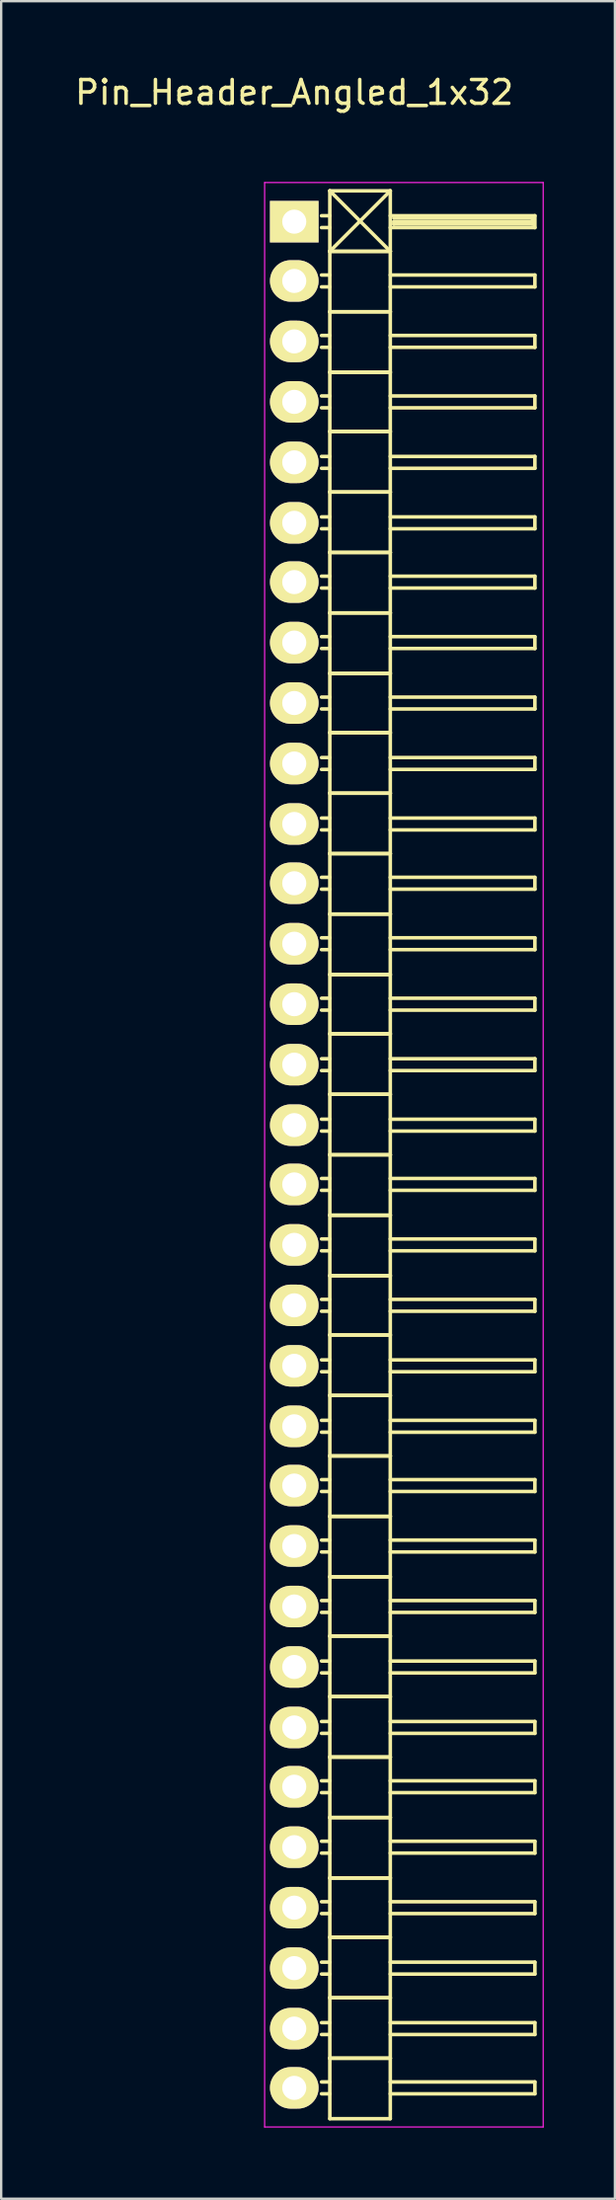
<source format=kicad_pcb>
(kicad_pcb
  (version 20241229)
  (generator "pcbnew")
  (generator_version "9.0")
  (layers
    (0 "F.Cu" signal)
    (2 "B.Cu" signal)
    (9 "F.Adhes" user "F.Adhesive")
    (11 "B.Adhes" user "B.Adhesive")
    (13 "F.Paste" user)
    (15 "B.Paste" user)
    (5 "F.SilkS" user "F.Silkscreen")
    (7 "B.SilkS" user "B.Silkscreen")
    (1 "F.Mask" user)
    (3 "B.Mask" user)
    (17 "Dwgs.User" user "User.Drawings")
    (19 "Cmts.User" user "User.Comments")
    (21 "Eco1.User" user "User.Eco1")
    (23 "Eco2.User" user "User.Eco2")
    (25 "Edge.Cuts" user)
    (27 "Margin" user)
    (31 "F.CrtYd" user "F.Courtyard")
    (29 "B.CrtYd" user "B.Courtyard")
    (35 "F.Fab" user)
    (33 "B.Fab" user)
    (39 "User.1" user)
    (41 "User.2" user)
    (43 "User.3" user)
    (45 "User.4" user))
  (footprint "Pin_Header_Angled_1x32"
    (layer "F.Cu")
    (at 9.363 6.298)
    (property "Reference" "Pin_Header_Angled_1x32" (at 0 -5.45 0) (layer "F.SilkS") (effects (font (size 1 1) (thickness 0.15))))
    (attr through_hole)
    (fp_line (start 1.5 -1.3) (end 1.5 1.25) (stroke (width 0.15) (type solid)) (layer "F.SilkS"))
    (fp_line (start 1.5 -1.3) (end 4.05 -1.3) (stroke (width 0.15) (type solid)) (layer "F.SilkS"))
    (fp_line (start 1.5 -0.25) (end 1.15 -0.25) (stroke (width 0.15) (type solid)) (layer "F.SilkS"))
    (fp_line (start 1.5 0.25) (end 1.15 0.25) (stroke (width 0.15) (type solid)) (layer "F.SilkS"))
    (fp_line (start 1.5 1.25) (end 1.5 3.8) (stroke (width 0.15) (type solid)) (layer "F.SilkS"))
    (fp_line (start 1.5 1.25) (end 4.05 1.25) (stroke (width 0.15) (type solid)) (layer "F.SilkS"))
    (fp_line (start 1.5 1.25) (end 4.05 1.25) (stroke (width 0.15) (type solid)) (layer "F.SilkS"))
    (fp_line (start 1.5 2.25) (end 1.15 2.25) (stroke (width 0.15) (type solid)) (layer "F.SilkS"))
    (fp_line (start 1.5 2.75) (end 1.15 2.75) (stroke (width 0.15) (type solid)) (layer "F.SilkS"))
    (fp_line (start 1.5 3.8) (end 1.5 6.35) (stroke (width 0.15) (type solid)) (layer "F.SilkS"))
    (fp_line (start 1.5 3.8) (end 4.05 3.8) (stroke (width 0.15) (type solid)) (layer "F.SilkS"))
    (fp_line (start 1.5 3.8) (end 4.05 3.8) (stroke (width 0.15) (type solid)) (layer "F.SilkS"))
    (fp_line (start 1.5 4.8) (end 1.15 4.8) (stroke (width 0.15) (type solid)) (layer "F.SilkS"))
    (fp_line (start 1.5 5.3) (end 1.15 5.3) (stroke (width 0.15) (type solid)) (layer "F.SilkS"))
    (fp_line (start 1.5 6.35) (end 1.5 8.85) (stroke (width 0.15) (type solid)) (layer "F.SilkS"))
    (fp_line (start 1.5 6.35) (end 4.05 6.35) (stroke (width 0.15) (type solid)) (layer "F.SilkS"))
    (fp_line (start 1.5 6.35) (end 4.05 6.35) (stroke (width 0.15) (type solid)) (layer "F.SilkS"))
    (fp_line (start 1.5 7.35) (end 1.15 7.35) (stroke (width 0.15) (type solid)) (layer "F.SilkS"))
    (fp_line (start 1.5 7.85) (end 1.15 7.85) (stroke (width 0.15) (type solid)) (layer "F.SilkS"))
    (fp_line (start 1.5 8.85) (end 1.5 11.4) (stroke (width 0.15) (type solid)) (layer "F.SilkS"))
    (fp_line (start 1.5 8.85) (end 4.05 8.85) (stroke (width 0.15) (type solid)) (layer "F.SilkS"))
    (fp_line (start 1.5 8.85) (end 4.05 8.85) (stroke (width 0.15) (type solid)) (layer "F.SilkS"))
    (fp_line (start 1.5 9.9) (end 1.15 9.9) (stroke (width 0.15) (type solid)) (layer "F.SilkS"))
    (fp_line (start 1.5 10.4) (end 1.15 10.4) (stroke (width 0.15) (type solid)) (layer "F.SilkS"))
    (fp_line (start 1.5 11.4) (end 1.5 13.95) (stroke (width 0.15) (type solid)) (layer "F.SilkS"))
    (fp_line (start 1.5 11.4) (end 4.05 11.4) (stroke (width 0.15) (type solid)) (layer "F.SilkS"))
    (fp_line (start 1.5 11.4) (end 4.05 11.4) (stroke (width 0.15) (type solid)) (layer "F.SilkS"))
    (fp_line (start 1.5 12.45) (end 1.15 12.45) (stroke (width 0.15) (type solid)) (layer "F.SilkS"))
    (fp_line (start 1.5 12.95) (end 1.15 12.95) (stroke (width 0.15) (type solid)) (layer "F.SilkS"))
    (fp_line (start 1.5 13.95) (end 1.5 16.5) (stroke (width 0.15) (type solid)) (layer "F.SilkS"))
    (fp_line (start 1.5 13.95) (end 4.05 13.95) (stroke (width 0.15) (type solid)) (layer "F.SilkS"))
    (fp_line (start 1.5 13.95) (end 4.05 13.95) (stroke (width 0.15) (type solid)) (layer "F.SilkS"))
    (fp_line (start 1.5 14.95) (end 1.15 14.95) (stroke (width 0.15) (type solid)) (layer "F.SilkS"))
    (fp_line (start 1.5 15.45) (end 1.15 15.45) (stroke (width 0.15) (type solid)) (layer "F.SilkS"))
    (fp_line (start 1.5 16.5) (end 1.5 19.05) (stroke (width 0.15) (type solid)) (layer "F.SilkS"))
    (fp_line (start 1.5 16.5) (end 4.05 16.5) (stroke (width 0.15) (type solid)) (layer "F.SilkS"))
    (fp_line (start 1.5 16.5) (end 4.05 16.5) (stroke (width 0.15) (type solid)) (layer "F.SilkS"))
    (fp_line (start 1.5 17.5) (end 1.15 17.5) (stroke (width 0.15) (type solid)) (layer "F.SilkS"))
    (fp_line (start 1.5 18) (end 1.15 18) (stroke (width 0.15) (type solid)) (layer "F.SilkS"))
    (fp_line (start 1.5 19.05) (end 1.5 21.55) (stroke (width 0.15) (type solid)) (layer "F.SilkS"))
    (fp_line (start 1.5 19.05) (end 4.05 19.05) (stroke (width 0.15) (type solid)) (layer "F.SilkS"))
    (fp_line (start 1.5 19.05) (end 4.05 19.05) (stroke (width 0.15) (type solid)) (layer "F.SilkS"))
    (fp_line (start 1.5 20.05) (end 1.15 20.05) (stroke (width 0.15) (type solid)) (layer "F.SilkS"))
    (fp_line (start 1.5 20.55) (end 1.15 20.55) (stroke (width 0.15) (type solid)) (layer "F.SilkS"))
    (fp_line (start 1.5 21.55) (end 1.5 24.1) (stroke (width 0.15) (type solid)) (layer "F.SilkS"))
    (fp_line (start 1.5 21.55) (end 4.05 21.55) (stroke (width 0.15) (type solid)) (layer "F.SilkS"))
    (fp_line (start 1.5 21.55) (end 4.05 21.55) (stroke (width 0.15) (type solid)) (layer "F.SilkS"))
    (fp_line (start 1.5 22.6) (end 1.15 22.6) (stroke (width 0.15) (type solid)) (layer "F.SilkS"))
    (fp_line (start 1.5 23.1) (end 1.15 23.1) (stroke (width 0.15) (type solid)) (layer "F.SilkS"))
    (fp_line (start 1.5 24.1) (end 1.5 26.65) (stroke (width 0.15) (type solid)) (layer "F.SilkS"))
    (fp_line (start 1.5 24.1) (end 4.05 24.1) (stroke (width 0.15) (type solid)) (layer "F.SilkS"))
    (fp_line (start 1.5 24.1) (end 4.05 24.1) (stroke (width 0.15) (type solid)) (layer "F.SilkS"))
    (fp_line (start 1.5 25.15) (end 1.15 25.15) (stroke (width 0.15) (type solid)) (layer "F.SilkS"))
    (fp_line (start 1.5 25.65) (end 1.15 25.65) (stroke (width 0.15) (type solid)) (layer "F.SilkS"))
    (fp_line (start 1.5 26.65) (end 1.5 29.2) (stroke (width 0.15) (type solid)) (layer "F.SilkS"))
    (fp_line (start 1.5 26.65) (end 4.05 26.65) (stroke (width 0.15) (type solid)) (layer "F.SilkS"))
    (fp_line (start 1.5 26.65) (end 4.05 26.65) (stroke (width 0.15) (type solid)) (layer "F.SilkS"))
    (fp_line (start 1.5 27.65) (end 1.15 27.65) (stroke (width 0.15) (type solid)) (layer "F.SilkS"))
    (fp_line (start 1.5 28.15) (end 1.15 28.15) (stroke (width 0.15) (type solid)) (layer "F.SilkS"))
    (fp_line (start 1.5 29.2) (end 1.5 31.75) (stroke (width 0.15) (type solid)) (layer "F.SilkS"))
    (fp_line (start 1.5 29.2) (end 4.05 29.2) (stroke (width 0.15) (type solid)) (layer "F.SilkS"))
    (fp_line (start 1.5 29.2) (end 4.05 29.2) (stroke (width 0.15) (type solid)) (layer "F.SilkS"))
    (fp_line (start 1.5 30.2) (end 1.15 30.2) (stroke (width 0.15) (type solid)) (layer "F.SilkS"))
    (fp_line (start 1.5 30.7) (end 1.15 30.7) (stroke (width 0.15) (type solid)) (layer "F.SilkS"))
    (fp_line (start 1.5 31.75) (end 1.5 34.25) (stroke (width 0.15) (type solid)) (layer "F.SilkS"))
    (fp_line (start 1.5 31.75) (end 4.05 31.75) (stroke (width 0.15) (type solid)) (layer "F.SilkS"))
    (fp_line (start 1.5 31.75) (end 4.05 31.75) (stroke (width 0.15) (type solid)) (layer "F.SilkS"))
    (fp_line (start 1.5 32.75) (end 1.15 32.75) (stroke (width 0.15) (type solid)) (layer "F.SilkS"))
    (fp_line (start 1.5 33.25) (end 1.15 33.25) (stroke (width 0.15) (type solid)) (layer "F.SilkS"))
    (fp_line (start 1.5 34.25) (end 1.5 36.8) (stroke (width 0.15) (type solid)) (layer "F.SilkS"))
    (fp_line (start 1.5 34.25) (end 4.05 34.25) (stroke (width 0.15) (type solid)) (layer "F.SilkS"))
    (fp_line (start 1.5 34.25) (end 4.05 34.25) (stroke (width 0.15) (type solid)) (layer "F.SilkS"))
    (fp_line (start 1.5 35.3) (end 1.15 35.3) (stroke (width 0.15) (type solid)) (layer "F.SilkS"))
    (fp_line (start 1.5 35.8) (end 1.15 35.8) (stroke (width 0.15) (type solid)) (layer "F.SilkS"))
    (fp_line (start 1.5 36.8) (end 1.5 39.35) (stroke (width 0.15) (type solid)) (layer "F.SilkS"))
    (fp_line (start 1.5 36.8) (end 4.05 36.8) (stroke (width 0.15) (type solid)) (layer "F.SilkS"))
    (fp_line (start 1.5 36.8) (end 4.05 36.8) (stroke (width 0.15) (type solid)) (layer "F.SilkS"))
    (fp_line (start 1.5 37.85) (end 1.15 37.85) (stroke (width 0.15) (type solid)) (layer "F.SilkS"))
    (fp_line (start 1.5 38.35) (end 1.15 38.35) (stroke (width 0.15) (type solid)) (layer "F.SilkS"))
    (fp_line (start 1.5 39.35) (end 1.5 41.9) (stroke (width 0.15) (type solid)) (layer "F.SilkS"))
    (fp_line (start 1.5 39.35) (end 4.05 39.35) (stroke (width 0.15) (type solid)) (layer "F.SilkS"))
    (fp_line (start 1.5 39.35) (end 4.05 39.35) (stroke (width 0.15) (type solid)) (layer "F.SilkS"))
    (fp_line (start 1.5 40.35) (end 1.15 40.35) (stroke (width 0.15) (type solid)) (layer "F.SilkS"))
    (fp_line (start 1.5 40.85) (end 1.15 40.85) (stroke (width 0.15) (type solid)) (layer "F.SilkS"))
    (fp_line (start 1.5 41.9) (end 1.5 44.45) (stroke (width 0.15) (type solid)) (layer "F.SilkS"))
    (fp_line (start 1.5 41.9) (end 4.05 41.9) (stroke (width 0.15) (type solid)) (layer "F.SilkS"))
    (fp_line (start 1.5 41.9) (end 4.05 41.9) (stroke (width 0.15) (type solid)) (layer "F.SilkS"))
    (fp_line (start 1.5 42.9) (end 1.15 42.9) (stroke (width 0.15) (type solid)) (layer "F.SilkS"))
    (fp_line (start 1.5 43.4) (end 1.15 43.4) (stroke (width 0.15) (type solid)) (layer "F.SilkS"))
    (fp_line (start 1.5 44.45) (end 1.5 46.95) (stroke (width 0.15) (type solid)) (layer "F.SilkS"))
    (fp_line (start 1.5 44.45) (end 4.05 44.45) (stroke (width 0.15) (type solid)) (layer "F.SilkS"))
    (fp_line (start 1.5 44.45) (end 4.05 44.45) (stroke (width 0.15) (type solid)) (layer "F.SilkS"))
    (fp_line (start 1.5 45.45) (end 1.15 45.45) (stroke (width 0.15) (type solid)) (layer "F.SilkS"))
    (fp_line (start 1.5 45.95) (end 1.15 45.95) (stroke (width 0.15) (type solid)) (layer "F.SilkS"))
    (fp_line (start 1.5 46.95) (end 1.5 49.5) (stroke (width 0.15) (type solid)) (layer "F.SilkS"))
    (fp_line (start 1.5 46.95) (end 4.05 46.95) (stroke (width 0.15) (type solid)) (layer "F.SilkS"))
    (fp_line (start 1.5 46.95) (end 4.05 46.95) (stroke (width 0.15) (type solid)) (layer "F.SilkS"))
    (fp_line (start 1.5 48) (end 1.15 48) (stroke (width 0.15) (type solid)) (layer "F.SilkS"))
    (fp_line (start 1.5 48.5) (end 1.15 48.5) (stroke (width 0.15) (type solid)) (layer "F.SilkS"))
    (fp_line (start 1.5 49.5) (end 1.5 52.05) (stroke (width 0.15) (type solid)) (layer "F.SilkS"))
    (fp_line (start 1.5 49.5) (end 4.05 49.5) (stroke (width 0.15) (type solid)) (layer "F.SilkS"))
    (fp_line (start 1.5 49.5) (end 4.05 49.5) (stroke (width 0.15) (type solid)) (layer "F.SilkS"))
    (fp_line (start 1.5 50.55) (end 1.15 50.55) (stroke (width 0.15) (type solid)) (layer "F.SilkS"))
    (fp_line (start 1.5 51.05) (end 1.15 51.05) (stroke (width 0.15) (type solid)) (layer "F.SilkS"))
    (fp_line (start 1.5 52.05) (end 1.5 54.6) (stroke (width 0.15) (type solid)) (layer "F.SilkS"))
    (fp_line (start 1.5 52.05) (end 4.05 52.05) (stroke (width 0.15) (type solid)) (layer "F.SilkS"))
    (fp_line (start 1.5 52.05) (end 4.05 52.05) (stroke (width 0.15) (type solid)) (layer "F.SilkS"))
    (fp_line (start 1.5 53.05) (end 1.15 53.05) (stroke (width 0.15) (type solid)) (layer "F.SilkS"))
    (fp_line (start 1.5 53.55) (end 1.15 53.55) (stroke (width 0.15) (type solid)) (layer "F.SilkS"))
    (fp_line (start 1.5 54.6) (end 1.5 57.15) (stroke (width 0.15) (type solid)) (layer "F.SilkS"))
    (fp_line (start 1.5 54.6) (end 4.05 54.6) (stroke (width 0.15) (type solid)) (layer "F.SilkS"))
    (fp_line (start 1.5 54.6) (end 4.05 54.6) (stroke (width 0.15) (type solid)) (layer "F.SilkS"))
    (fp_line (start 1.5 55.6) (end 1.15 55.6) (stroke (width 0.15) (type solid)) (layer "F.SilkS"))
    (fp_line (start 1.5 56.1) (end 1.15 56.1) (stroke (width 0.15) (type solid)) (layer "F.SilkS"))
    (fp_line (start 1.5 57.15) (end 1.5 59.65) (stroke (width 0.15) (type solid)) (layer "F.SilkS"))
    (fp_line (start 1.5 57.15) (end 4.05 57.15) (stroke (width 0.15) (type solid)) (layer "F.SilkS"))
    (fp_line (start 1.5 57.15) (end 4.05 57.15) (stroke (width 0.15) (type solid)) (layer "F.SilkS"))
    (fp_line (start 1.5 58.15) (end 1.15 58.15) (stroke (width 0.15) (type solid)) (layer "F.SilkS"))
    (fp_line (start 1.5 58.65) (end 1.15 58.65) (stroke (width 0.15) (type solid)) (layer "F.SilkS"))
    (fp_line (start 1.5 59.65) (end 1.5 62.2) (stroke (width 0.15) (type solid)) (layer "F.SilkS"))
    (fp_line (start 1.5 59.65) (end 4.05 59.65) (stroke (width 0.15) (type solid)) (layer "F.SilkS"))
    (fp_line (start 1.5 59.65) (end 4.05 59.65) (stroke (width 0.15) (type solid)) (layer "F.SilkS"))
    (fp_line (start 1.5 60.7) (end 1.15 60.7) (stroke (width 0.15) (type solid)) (layer "F.SilkS"))
    (fp_line (start 1.5 61.2) (end 1.15 61.2) (stroke (width 0.15) (type solid)) (layer "F.SilkS"))
    (fp_line (start 1.5 62.2) (end 1.5 64.75) (stroke (width 0.15) (type solid)) (layer "F.SilkS"))
    (fp_line (start 1.5 62.2) (end 4.05 62.2) (stroke (width 0.15) (type solid)) (layer "F.SilkS"))
    (fp_line (start 1.5 62.2) (end 4.05 62.2) (stroke (width 0.15) (type solid)) (layer "F.SilkS"))
    (fp_line (start 1.5 63.25) (end 1.15 63.25) (stroke (width 0.15) (type solid)) (layer "F.SilkS"))
    (fp_line (start 1.5 63.75) (end 1.15 63.75) (stroke (width 0.15) (type solid)) (layer "F.SilkS"))
    (fp_line (start 1.5 64.75) (end 1.5 67.3) (stroke (width 0.15) (type solid)) (layer "F.SilkS"))
    (fp_line (start 1.5 64.75) (end 4.05 64.75) (stroke (width 0.15) (type solid)) (layer "F.SilkS"))
    (fp_line (start 1.5 64.75) (end 4.05 64.75) (stroke (width 0.15) (type solid)) (layer "F.SilkS"))
    (fp_line (start 1.5 65.75) (end 1.15 65.75) (stroke (width 0.15) (type solid)) (layer "F.SilkS"))
    (fp_line (start 1.5 66.25) (end 1.15 66.25) (stroke (width 0.15) (type solid)) (layer "F.SilkS"))
    (fp_line (start 1.5 67.3) (end 1.5 69.85) (stroke (width 0.15) (type solid)) (layer "F.SilkS"))
    (fp_line (start 1.5 67.3) (end 4.05 67.3) (stroke (width 0.15) (type solid)) (layer "F.SilkS"))
    (fp_line (start 1.5 67.3) (end 4.05 67.3) (stroke (width 0.15) (type solid)) (layer "F.SilkS"))
    (fp_line (start 1.5 68.3) (end 1.15 68.3) (stroke (width 0.15) (type solid)) (layer "F.SilkS"))
    (fp_line (start 1.5 68.8) (end 1.15 68.8) (stroke (width 0.15) (type solid)) (layer "F.SilkS"))
    (fp_line (start 1.5 69.85) (end 1.5 72.35) (stroke (width 0.15) (type solid)) (layer "F.SilkS"))
    (fp_line (start 1.5 69.85) (end 4.05 69.85) (stroke (width 0.15) (type solid)) (layer "F.SilkS"))
    (fp_line (start 1.5 69.85) (end 4.05 69.85) (stroke (width 0.15) (type solid)) (layer "F.SilkS"))
    (fp_line (start 1.5 70.85) (end 1.15 70.85) (stroke (width 0.15) (type solid)) (layer "F.SilkS"))
    (fp_line (start 1.5 71.35) (end 1.15 71.35) (stroke (width 0.15) (type solid)) (layer "F.SilkS"))
    (fp_line (start 1.5 72.35) (end 1.5 74.9) (stroke (width 0.15) (type solid)) (layer "F.SilkS"))
    (fp_line (start 1.5 72.35) (end 4.05 72.35) (stroke (width 0.15) (type solid)) (layer "F.SilkS"))
    (fp_line (start 1.5 72.35) (end 4.05 72.35) (stroke (width 0.15) (type solid)) (layer "F.SilkS"))
    (fp_line (start 1.5 73.4) (end 1.15 73.4) (stroke (width 0.15) (type solid)) (layer "F.SilkS"))
    (fp_line (start 1.5 73.9) (end 1.15 73.9) (stroke (width 0.15) (type solid)) (layer "F.SilkS"))
    (fp_line (start 1.5 74.9) (end 1.5 77.45) (stroke (width 0.15) (type solid)) (layer "F.SilkS"))
    (fp_line (start 1.5 74.9) (end 4.05 74.9) (stroke (width 0.15) (type solid)) (layer "F.SilkS"))
    (fp_line (start 1.5 74.9) (end 4.05 74.9) (stroke (width 0.15) (type solid)) (layer "F.SilkS"))
    (fp_line (start 1.5 75.95) (end 1.15 75.95) (stroke (width 0.15) (type solid)) (layer "F.SilkS"))
    (fp_line (start 1.5 76.45) (end 1.15 76.45) (stroke (width 0.15) (type solid)) (layer "F.SilkS"))
    (fp_line (start 1.5 77.45) (end 1.5 80) (stroke (width 0.15) (type solid)) (layer "F.SilkS"))
    (fp_line (start 1.5 77.45) (end 4.05 77.45) (stroke (width 0.15) (type solid)) (layer "F.SilkS"))
    (fp_line (start 1.5 77.45) (end 4.05 77.45) (stroke (width 0.15) (type solid)) (layer "F.SilkS"))
    (fp_line (start 1.5 78.45) (end 1.15 78.45) (stroke (width 0.15) (type solid)) (layer "F.SilkS"))
    (fp_line (start 1.5 78.95) (end 1.15 78.95) (stroke (width 0.15) (type solid)) (layer "F.SilkS"))
    (fp_line (start 1.5 80) (end 4.05 80) (stroke (width 0.15) (type solid)) (layer "F.SilkS"))
    (fp_line (start 4.05 -1.3) (end 1.5 1.25) (stroke (width 0.15) (type solid)) (layer "F.SilkS"))
    (fp_line (start 4.05 -0.25) (end 10.15 -0.25) (stroke (width 0.15) (type solid)) (layer "F.SilkS"))
    (fp_line (start 4.05 1.25) (end 1.5 -1.3) (stroke (width 0.15) (type solid)) (layer "F.SilkS"))
    (fp_line (start 4.05 1.25) (end 4.05 -1.3) (stroke (width 0.15) (type solid)) (layer "F.SilkS"))
    (fp_line (start 4.05 2.25) (end 10.15 2.25) (stroke (width 0.15) (type solid)) (layer "F.SilkS"))
    (fp_line (start 4.05 3.8) (end 4.05 1.25) (stroke (width 0.15) (type solid)) (layer "F.SilkS"))
    (fp_line (start 4.05 4.8) (end 10.15 4.8) (stroke (width 0.15) (type solid)) (layer "F.SilkS"))
    (fp_line (start 4.05 6.35) (end 4.05 3.8) (stroke (width 0.15) (type solid)) (layer "F.SilkS"))
    (fp_line (start 4.05 7.35) (end 10.15 7.35) (stroke (width 0.15) (type solid)) (layer "F.SilkS"))
    (fp_line (start 4.05 8.85) (end 4.05 6.35) (stroke (width 0.15) (type solid)) (layer "F.SilkS"))
    (fp_line (start 4.05 9.9) (end 10.15 9.9) (stroke (width 0.15) (type solid)) (layer "F.SilkS"))
    (fp_line (start 4.05 11.4) (end 4.05 8.85) (stroke (width 0.15) (type solid)) (layer "F.SilkS"))
    (fp_line (start 4.05 12.45) (end 10.15 12.45) (stroke (width 0.15) (type solid)) (layer "F.SilkS"))
    (fp_line (start 4.05 13.95) (end 4.05 11.4) (stroke (width 0.15) (type solid)) (layer "F.SilkS"))
    (fp_line (start 4.05 14.95) (end 10.15 14.95) (stroke (width 0.15) (type solid)) (layer "F.SilkS"))
    (fp_line (start 4.05 16.5) (end 4.05 13.95) (stroke (width 0.15) (type solid)) (layer "F.SilkS"))
    (fp_line (start 4.05 17.5) (end 10.15 17.5) (stroke (width 0.15) (type solid)) (layer "F.SilkS"))
    (fp_line (start 4.05 19.05) (end 4.05 16.5) (stroke (width 0.15) (type solid)) (layer "F.SilkS"))
    (fp_line (start 4.05 20.05) (end 10.15 20.05) (stroke (width 0.15) (type solid)) (layer "F.SilkS"))
    (fp_line (start 4.05 21.55) (end 4.05 19.05) (stroke (width 0.15) (type solid)) (layer "F.SilkS"))
    (fp_line (start 4.05 22.6) (end 10.15 22.6) (stroke (width 0.15) (type solid)) (layer "F.SilkS"))
    (fp_line (start 4.05 24.1) (end 4.05 21.55) (stroke (width 0.15) (type solid)) (layer "F.SilkS"))
    (fp_line (start 4.05 25.15) (end 10.15 25.15) (stroke (width 0.15) (type solid)) (layer "F.SilkS"))
    (fp_line (start 4.05 26.65) (end 4.05 24.1) (stroke (width 0.15) (type solid)) (layer "F.SilkS"))
    (fp_line (start 4.05 27.65) (end 10.15 27.65) (stroke (width 0.15) (type solid)) (layer "F.SilkS"))
    (fp_line (start 4.05 29.2) (end 4.05 26.65) (stroke (width 0.15) (type solid)) (layer "F.SilkS"))
    (fp_line (start 4.05 30.2) (end 10.15 30.2) (stroke (width 0.15) (type solid)) (layer "F.SilkS"))
    (fp_line (start 4.05 31.75) (end 4.05 29.2) (stroke (width 0.15) (type solid)) (layer "F.SilkS"))
    (fp_line (start 4.05 32.75) (end 10.15 32.75) (stroke (width 0.15) (type solid)) (layer "F.SilkS"))
    (fp_line (start 4.05 34.25) (end 4.05 31.75) (stroke (width 0.15) (type solid)) (layer "F.SilkS"))
    (fp_line (start 4.05 35.3) (end 10.15 35.3) (stroke (width 0.15) (type solid)) (layer "F.SilkS"))
    (fp_line (start 4.05 36.8) (end 4.05 34.25) (stroke (width 0.15) (type solid)) (layer "F.SilkS"))
    (fp_line (start 4.05 37.85) (end 10.15 37.85) (stroke (width 0.15) (type solid)) (layer "F.SilkS"))
    (fp_line (start 4.05 39.35) (end 4.05 36.8) (stroke (width 0.15) (type solid)) (layer "F.SilkS"))
    (fp_line (start 4.05 40.35) (end 10.15 40.35) (stroke (width 0.15) (type solid)) (layer "F.SilkS"))
    (fp_line (start 4.05 41.9) (end 4.05 39.35) (stroke (width 0.15) (type solid)) (layer "F.SilkS"))
    (fp_line (start 4.05 42.9) (end 10.15 42.9) (stroke (width 0.15) (type solid)) (layer "F.SilkS"))
    (fp_line (start 4.05 44.45) (end 4.05 41.9) (stroke (width 0.15) (type solid)) (layer "F.SilkS"))
    (fp_line (start 4.05 45.45) (end 10.15 45.45) (stroke (width 0.15) (type solid)) (layer "F.SilkS"))
    (fp_line (start 4.05 46.95) (end 4.05 44.45) (stroke (width 0.15) (type solid)) (layer "F.SilkS"))
    (fp_line (start 4.05 48) (end 10.15 48) (stroke (width 0.15) (type solid)) (layer "F.SilkS"))
    (fp_line (start 4.05 49.5) (end 4.05 46.95) (stroke (width 0.15) (type solid)) (layer "F.SilkS"))
    (fp_line (start 4.05 50.55) (end 10.15 50.55) (stroke (width 0.15) (type solid)) (layer "F.SilkS"))
    (fp_line (start 4.05 52.05) (end 4.05 49.5) (stroke (width 0.15) (type solid)) (layer "F.SilkS"))
    (fp_line (start 4.05 53.05) (end 10.15 53.05) (stroke (width 0.15) (type solid)) (layer "F.SilkS"))
    (fp_line (start 4.05 54.6) (end 4.05 52.05) (stroke (width 0.15) (type solid)) (layer "F.SilkS"))
    (fp_line (start 4.05 55.6) (end 10.15 55.6) (stroke (width 0.15) (type solid)) (layer "F.SilkS"))
    (fp_line (start 4.05 57.15) (end 4.05 54.6) (stroke (width 0.15) (type solid)) (layer "F.SilkS"))
    (fp_line (start 4.05 58.15) (end 10.15 58.15) (stroke (width 0.15) (type solid)) (layer "F.SilkS"))
    (fp_line (start 4.05 59.65) (end 4.05 57.15) (stroke (width 0.15) (type solid)) (layer "F.SilkS"))
    (fp_line (start 4.05 60.7) (end 10.15 60.7) (stroke (width 0.15) (type solid)) (layer "F.SilkS"))
    (fp_line (start 4.05 62.2) (end 4.05 59.65) (stroke (width 0.15) (type solid)) (layer "F.SilkS"))
    (fp_line (start 4.05 63.25) (end 10.15 63.25) (stroke (width 0.15) (type solid)) (layer "F.SilkS"))
    (fp_line (start 4.05 64.75) (end 4.05 62.2) (stroke (width 0.15) (type solid)) (layer "F.SilkS"))
    (fp_line (start 4.05 65.75) (end 10.15 65.75) (stroke (width 0.15) (type solid)) (layer "F.SilkS"))
    (fp_line (start 4.05 67.3) (end 4.05 64.75) (stroke (width 0.15) (type solid)) (layer "F.SilkS"))
    (fp_line (start 4.05 68.3) (end 10.15 68.3) (stroke (width 0.15) (type solid)) (layer "F.SilkS"))
    (fp_line (start 4.05 69.85) (end 4.05 67.3) (stroke (width 0.15) (type solid)) (layer "F.SilkS"))
    (fp_line (start 4.05 70.85) (end 10.15 70.85) (stroke (width 0.15) (type solid)) (layer "F.SilkS"))
    (fp_line (start 4.05 72.35) (end 4.05 69.85) (stroke (width 0.15) (type solid)) (layer "F.SilkS"))
    (fp_line (start 4.05 73.4) (end 10.15 73.4) (stroke (width 0.15) (type solid)) (layer "F.SilkS"))
    (fp_line (start 4.05 74.9) (end 4.05 72.35) (stroke (width 0.15) (type solid)) (layer "F.SilkS"))
    (fp_line (start 4.05 75.95) (end 10.15 75.95) (stroke (width 0.15) (type solid)) (layer "F.SilkS"))
    (fp_line (start 4.05 77.45) (end 4.05 74.9) (stroke (width 0.15) (type solid)) (layer "F.SilkS"))
    (fp_line (start 4.05 78.45) (end 10.15 78.45) (stroke (width 0.15) (type solid)) (layer "F.SilkS"))
    (fp_line (start 4.05 80) (end 4.05 77.45) (stroke (width 0.15) (type solid)) (layer "F.SilkS"))
    (fp_line (start 4.2 -0.15) (end 10.05 -0.15) (stroke (width 0.15) (type solid)) (layer "F.SilkS"))
    (fp_line (start 4.2 0) (end 10.05 0) (stroke (width 0.15) (type solid)) (layer "F.SilkS"))
    (fp_line (start 4.2 0.1) (end 4.2 0) (stroke (width 0.15) (type solid)) (layer "F.SilkS"))
    (fp_line (start 10.05 -0.15) (end 10.05 0.1) (stroke (width 0.15) (type solid)) (layer "F.SilkS"))
    (fp_line (start 10.05 0.1) (end 4.2 0.1) (stroke (width 0.15) (type solid)) (layer "F.SilkS"))
    (fp_line (start 10.15 -0.25) (end 10.15 0.25) (stroke (width 0.15) (type solid)) (layer "F.SilkS"))
    (fp_line (start 10.15 0.25) (end 4.05 0.25) (stroke (width 0.15) (type solid)) (layer "F.SilkS"))
    (fp_line (start 10.15 2.25) (end 10.15 2.75) (stroke (width 0.15) (type solid)) (layer "F.SilkS"))
    (fp_line (start 10.15 2.75) (end 4.05 2.75) (stroke (width 0.15) (type solid)) (layer "F.SilkS"))
    (fp_line (start 10.15 4.8) (end 10.15 5.3) (stroke (width 0.15) (type solid)) (layer "F.SilkS"))
    (fp_line (start 10.15 5.3) (end 4.05 5.3) (stroke (width 0.15) (type solid)) (layer "F.SilkS"))
    (fp_line (start 10.15 7.35) (end 10.15 7.85) (stroke (width 0.15) (type solid)) (layer "F.SilkS"))
    (fp_line (start 10.15 7.85) (end 4.05 7.85) (stroke (width 0.15) (type solid)) (layer "F.SilkS"))
    (fp_line (start 10.15 9.9) (end 10.15 10.4) (stroke (width 0.15) (type solid)) (layer "F.SilkS"))
    (fp_line (start 10.15 10.4) (end 4.05 10.4) (stroke (width 0.15) (type solid)) (layer "F.SilkS"))
    (fp_line (start 10.15 12.45) (end 10.15 12.95) (stroke (width 0.15) (type solid)) (layer "F.SilkS"))
    (fp_line (start 10.15 12.95) (end 4.05 12.95) (stroke (width 0.15) (type solid)) (layer "F.SilkS"))
    (fp_line (start 10.15 14.95) (end 10.15 15.45) (stroke (width 0.15) (type solid)) (layer "F.SilkS"))
    (fp_line (start 10.15 15.45) (end 4.05 15.45) (stroke (width 0.15) (type solid)) (layer "F.SilkS"))
    (fp_line (start 10.15 17.5) (end 10.15 18) (stroke (width 0.15) (type solid)) (layer "F.SilkS"))
    (fp_line (start 10.15 18) (end 4.05 18) (stroke (width 0.15) (type solid)) (layer "F.SilkS"))
    (fp_line (start 10.15 20.05) (end 10.15 20.55) (stroke (width 0.15) (type solid)) (layer "F.SilkS"))
    (fp_line (start 10.15 20.55) (end 4.05 20.55) (stroke (width 0.15) (type solid)) (layer "F.SilkS"))
    (fp_line (start 10.15 22.6) (end 10.15 23.1) (stroke (width 0.15) (type solid)) (layer "F.SilkS"))
    (fp_line (start 10.15 23.1) (end 4.05 23.1) (stroke (width 0.15) (type solid)) (layer "F.SilkS"))
    (fp_line (start 10.15 25.15) (end 10.15 25.65) (stroke (width 0.15) (type solid)) (layer "F.SilkS"))
    (fp_line (start 10.15 25.65) (end 4.05 25.65) (stroke (width 0.15) (type solid)) (layer "F.SilkS"))
    (fp_line (start 10.15 27.65) (end 10.15 28.15) (stroke (width 0.15) (type solid)) (layer "F.SilkS"))
    (fp_line (start 10.15 28.15) (end 4.05 28.15) (stroke (width 0.15) (type solid)) (layer "F.SilkS"))
    (fp_line (start 10.15 30.2) (end 10.15 30.7) (stroke (width 0.15) (type solid)) (layer "F.SilkS"))
    (fp_line (start 10.15 30.7) (end 4.05 30.7) (stroke (width 0.15) (type solid)) (layer "F.SilkS"))
    (fp_line (start 10.15 32.75) (end 10.15 33.25) (stroke (width 0.15) (type solid)) (layer "F.SilkS"))
    (fp_line (start 10.15 33.25) (end 4.05 33.25) (stroke (width 0.15) (type solid)) (layer "F.SilkS"))
    (fp_line (start 10.15 35.3) (end 10.15 35.8) (stroke (width 0.15) (type solid)) (layer "F.SilkS"))
    (fp_line (start 10.15 35.8) (end 4.05 35.8) (stroke (width 0.15) (type solid)) (layer "F.SilkS"))
    (fp_line (start 10.15 37.85) (end 10.15 38.35) (stroke (width 0.15) (type solid)) (layer "F.SilkS"))
    (fp_line (start 10.15 38.35) (end 4.05 38.35) (stroke (width 0.15) (type solid)) (layer "F.SilkS"))
    (fp_line (start 10.15 40.35) (end 10.15 40.85) (stroke (width 0.15) (type solid)) (layer "F.SilkS"))
    (fp_line (start 10.15 40.85) (end 4.05 40.85) (stroke (width 0.15) (type solid)) (layer "F.SilkS"))
    (fp_line (start 10.15 42.9) (end 10.15 43.4) (stroke (width 0.15) (type solid)) (layer "F.SilkS"))
    (fp_line (start 10.15 43.4) (end 4.05 43.4) (stroke (width 0.15) (type solid)) (layer "F.SilkS"))
    (fp_line (start 10.15 45.45) (end 10.15 45.95) (stroke (width 0.15) (type solid)) (layer "F.SilkS"))
    (fp_line (start 10.15 45.95) (end 4.05 45.95) (stroke (width 0.15) (type solid)) (layer "F.SilkS"))
    (fp_line (start 10.15 48) (end 10.15 48.5) (stroke (width 0.15) (type solid)) (layer "F.SilkS"))
    (fp_line (start 10.15 48.5) (end 4.05 48.5) (stroke (width 0.15) (type solid)) (layer "F.SilkS"))
    (fp_line (start 10.15 50.55) (end 10.15 51.05) (stroke (width 0.15) (type solid)) (layer "F.SilkS"))
    (fp_line (start 10.15 51.05) (end 4.05 51.05) (stroke (width 0.15) (type solid)) (layer "F.SilkS"))
    (fp_line (start 10.15 53.05) (end 10.15 53.55) (stroke (width 0.15) (type solid)) (layer "F.SilkS"))
    (fp_line (start 10.15 53.55) (end 4.05 53.55) (stroke (width 0.15) (type solid)) (layer "F.SilkS"))
    (fp_line (start 10.15 55.6) (end 10.15 56.1) (stroke (width 0.15) (type solid)) (layer "F.SilkS"))
    (fp_line (start 10.15 56.1) (end 4.05 56.1) (stroke (width 0.15) (type solid)) (layer "F.SilkS"))
    (fp_line (start 10.15 58.15) (end 10.15 58.65) (stroke (width 0.15) (type solid)) (layer "F.SilkS"))
    (fp_line (start 10.15 58.65) (end 4.05 58.65) (stroke (width 0.15) (type solid)) (layer "F.SilkS"))
    (fp_line (start 10.15 60.7) (end 10.15 61.2) (stroke (width 0.15) (type solid)) (layer "F.SilkS"))
    (fp_line (start 10.15 61.2) (end 4.05 61.2) (stroke (width 0.15) (type solid)) (layer "F.SilkS"))
    (fp_line (start 10.15 63.25) (end 10.15 63.75) (stroke (width 0.15) (type solid)) (layer "F.SilkS"))
    (fp_line (start 10.15 63.75) (end 4.05 63.75) (stroke (width 0.15) (type solid)) (layer "F.SilkS"))
    (fp_line (start 10.15 65.75) (end 10.15 66.25) (stroke (width 0.15) (type solid)) (layer "F.SilkS"))
    (fp_line (start 10.15 66.25) (end 4.05 66.25) (stroke (width 0.15) (type solid)) (layer "F.SilkS"))
    (fp_line (start 10.15 68.3) (end 10.15 68.8) (stroke (width 0.15) (type solid)) (layer "F.SilkS"))
    (fp_line (start 10.15 68.8) (end 4.05 68.8) (stroke (width 0.15) (type solid)) (layer "F.SilkS"))
    (fp_line (start 10.15 70.85) (end 10.15 71.35) (stroke (width 0.15) (type solid)) (layer "F.SilkS"))
    (fp_line (start 10.15 71.35) (end 4.05 71.35) (stroke (width 0.15) (type solid)) (layer "F.SilkS"))
    (fp_line (start 10.15 73.4) (end 10.15 73.9) (stroke (width 0.15) (type solid)) (layer "F.SilkS"))
    (fp_line (start 10.15 73.9) (end 4.05 73.9) (stroke (width 0.15) (type solid)) (layer "F.SilkS"))
    (fp_line (start 10.15 75.95) (end 10.15 76.45) (stroke (width 0.15) (type solid)) (layer "F.SilkS"))
    (fp_line (start 10.15 76.45) (end 4.05 76.45) (stroke (width 0.15) (type solid)) (layer "F.SilkS"))
    (fp_line (start 10.15 78.45) (end 10.15 78.95) (stroke (width 0.15) (type solid)) (layer "F.SilkS"))
    (fp_line (start 10.15 78.95) (end 4.05 78.95) (stroke (width 0.15) (type solid)) (layer "F.SilkS"))
    (fp_line (start -1.25 -1.65) (end -1.25 80.35) (stroke (width 0.05) (type solid)) (layer "F.CrtYd"))
    (fp_line (start -1.25 -1.65) (end 10.5 -1.65) (stroke (width 0.05) (type solid)) (layer "F.CrtYd"))
    (fp_line (start -1.25 80.35) (end 10.5 80.35) (stroke (width 0.05) (type solid)) (layer "F.CrtYd"))
    (fp_line (start 10.5 -1.65) (end 10.5 80.35) (stroke (width 0.05) (type solid)) (layer "F.CrtYd"))
    (pad "1" thru_hole rect (at 0 0) (size 2.05 1.75) (drill 1.016) (layers "*.Cu" "*.Mask" "F.SilkS"))
    (pad "2" thru_hole oval (at 0 2.5) (size 2.05 1.75) (drill 1.016) (layers "*.Cu" "*.Mask" "F.SilkS"))
    (pad "3" thru_hole oval (at 0 5.05) (size 2.05 1.75) (drill 1.016) (layers "*.Cu" "*.Mask" "F.SilkS"))
    (pad "4" thru_hole oval (at 0 7.6) (size 2.05 1.75) (drill 1.016) (layers "*.Cu" "*.Mask" "F.SilkS"))
    (pad "5" thru_hole oval (at 0 10.15) (size 2.05 1.75) (drill 1.016) (layers "*.Cu" "*.Mask" "F.SilkS"))
    (pad "6" thru_hole oval (at 0 12.7) (size 2.05 1.75) (drill 1.016) (layers "*.Cu" "*.Mask" "F.SilkS"))
    (pad "7" thru_hole oval (at 0 15.2) (size 2.05 1.75) (drill 1.016) (layers "*.Cu" "*.Mask" "F.SilkS"))
    (pad "8" thru_hole oval (at 0 17.75) (size 2.05 1.75) (drill 1.016) (layers "*.Cu" "*.Mask" "F.SilkS"))
    (pad "9" thru_hole oval (at 0 20.3) (size 2.05 1.75) (drill 1.016) (layers "*.Cu" "*.Mask" "F.SilkS"))
    (pad "10" thru_hole oval (at 0 22.85) (size 2.05 1.75) (drill 1.016) (layers "*.Cu" "*.Mask" "F.SilkS"))
    (pad "11" thru_hole oval (at 0 25.4) (size 2.05 1.75) (drill 1.016) (layers "*.Cu" "*.Mask" "F.SilkS"))
    (pad "12" thru_hole oval (at 0 27.9) (size 2.05 1.75) (drill 1.016) (layers "*.Cu" "*.Mask" "F.SilkS"))
    (pad "13" thru_hole oval (at 0 30.45) (size 2.05 1.75) (drill 1.016) (layers "*.Cu" "*.Mask" "F.SilkS"))
    (pad "14" thru_hole oval (at 0 33) (size 2.05 1.75) (drill 1.016) (layers "*.Cu" "*.Mask" "F.SilkS"))
    (pad "15" thru_hole oval (at 0 35.55) (size 2.05 1.75) (drill 1.016) (layers "*.Cu" "*.Mask" "F.SilkS"))
    (pad "16" thru_hole oval (at 0 38.1) (size 2.05 1.75) (drill 1.016) (layers "*.Cu" "*.Mask" "F.SilkS"))
    (pad "17" thru_hole oval (at 0 40.6) (size 2.05 1.75) (drill 1.016) (layers "*.Cu" "*.Mask" "F.SilkS"))
    (pad "18" thru_hole oval (at 0 43.15) (size 2.05 1.75) (drill 1.016) (layers "*.Cu" "*.Mask" "F.SilkS"))
    (pad "19" thru_hole oval (at 0 45.7) (size 2.05 1.75) (drill 1.016) (layers "*.Cu" "*.Mask" "F.SilkS"))
    (pad "20" thru_hole oval (at 0 48.25) (size 2.05 1.75) (drill 1.016) (layers "*.Cu" "*.Mask" "F.SilkS"))
    (pad "21" thru_hole oval (at 0 50.8) (size 2.05 1.75) (drill 1.016) (layers "*.Cu" "*.Mask" "F.SilkS"))
    (pad "22" thru_hole oval (at 0 53.3) (size 2.05 1.75) (drill 1.016) (layers "*.Cu" "*.Mask" "F.SilkS"))
    (pad "23" thru_hole oval (at 0 55.85) (size 2.05 1.75) (drill 1.016) (layers "*.Cu" "*.Mask" "F.SilkS"))
    (pad "24" thru_hole oval (at 0 58.4) (size 2.05 1.75) (drill 1.016) (layers "*.Cu" "*.Mask" "F.SilkS"))
    (pad "25" thru_hole oval (at 0 60.95) (size 2.05 1.75) (drill 1.016) (layers "*.Cu" "*.Mask" "F.SilkS"))
    (pad "26" thru_hole oval (at 0 63.5) (size 2.05 1.75) (drill 1.016) (layers "*.Cu" "*.Mask" "F.SilkS"))
    (pad "27" thru_hole oval (at 0 66) (size 2.05 1.75) (drill 1.016) (layers "*.Cu" "*.Mask" "F.SilkS"))
    (pad "28" thru_hole oval (at 0 68.55) (size 2.05 1.75) (drill 1.016) (layers "*.Cu" "*.Mask" "F.SilkS"))
    (pad "29" thru_hole oval (at 0 71.1) (size 2.05 1.75) (drill 1.016) (layers "*.Cu" "*.Mask" "F.SilkS"))
    (pad "30" thru_hole oval (at 0 73.65) (size 2.05 1.75) (drill 1.016) (layers "*.Cu" "*.Mask" "F.SilkS"))
    (pad "31" thru_hole oval (at 0 76.2) (size 2.05 1.75) (drill 1.016) (layers "*.Cu" "*.Mask" "F.SilkS"))
    (pad "32" thru_hole oval (at 0 78.7) (size 2.05 1.75) (drill 1.016) (layers "*.Cu" "*.Mask" "F.SilkS")))
  (gr_rect
    (start -3 -3)
    (end 22.888 89.673)
    (stroke (width 0.1) (type default))
    (fill no)
    (layer "Edge.Cuts")))
</source>
